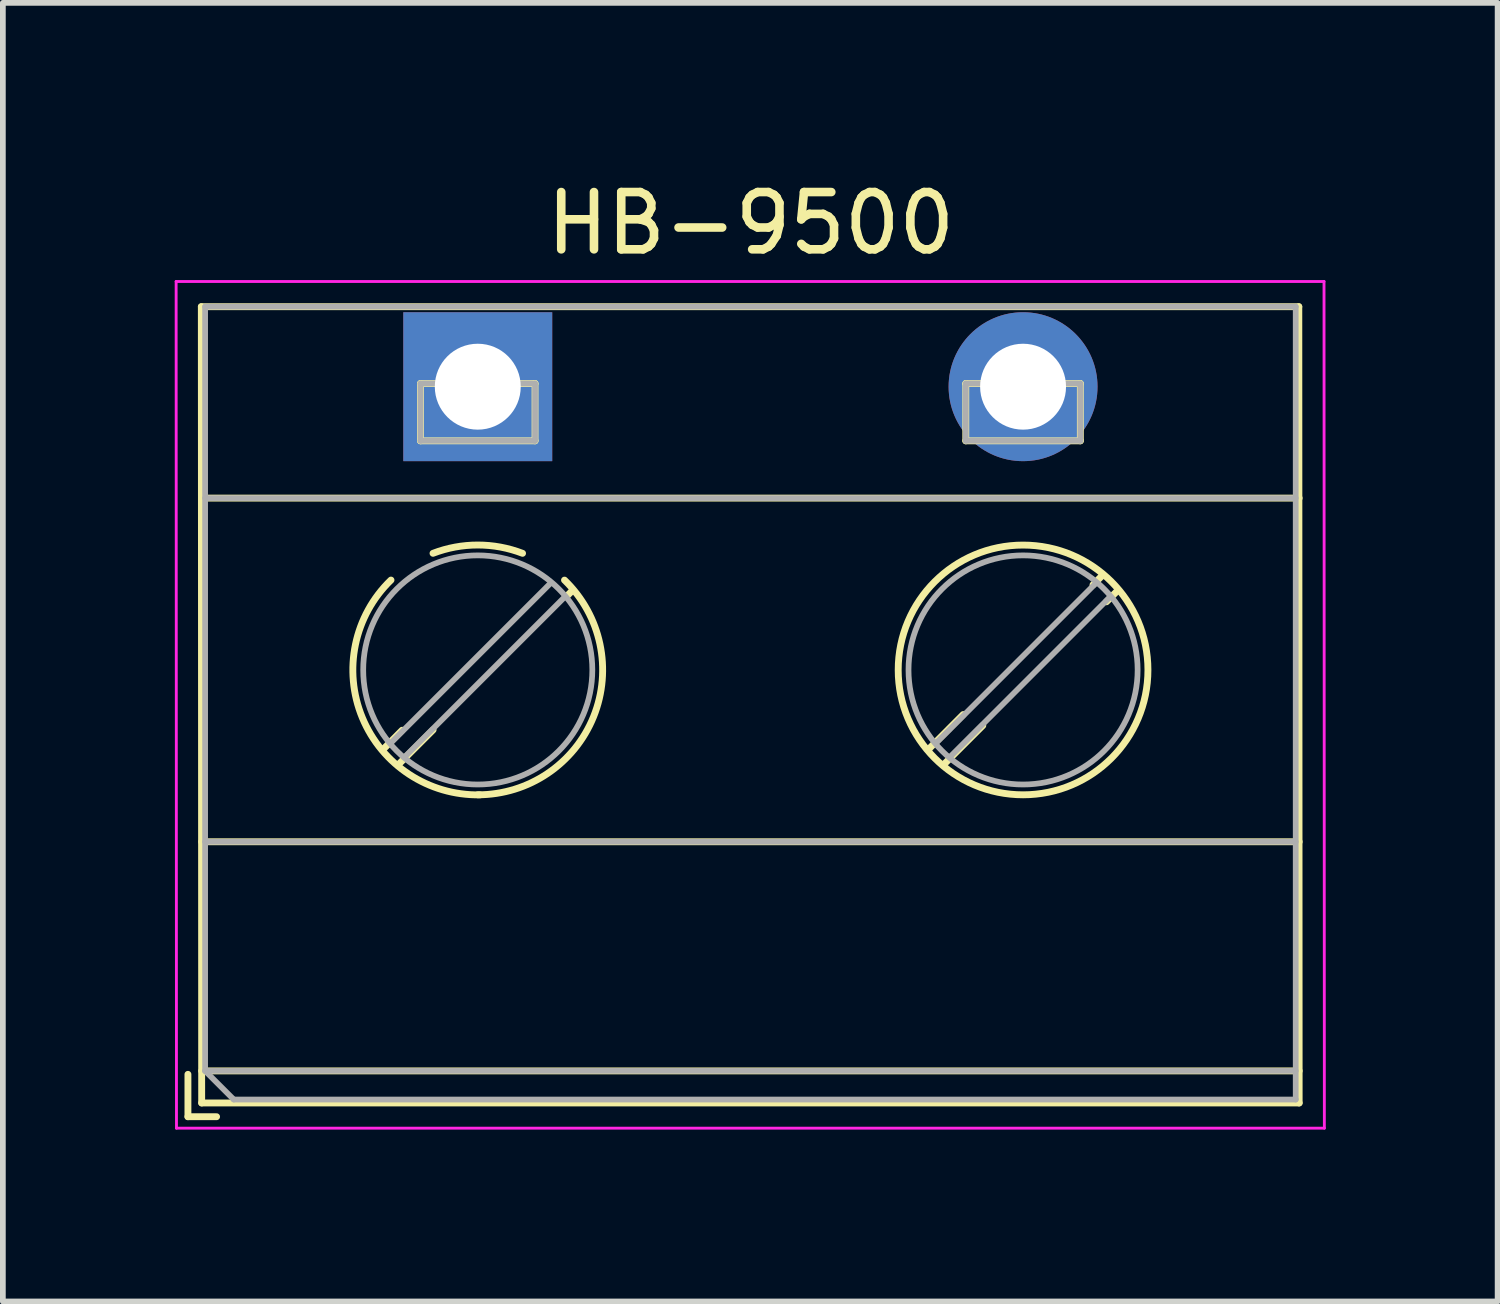
<source format=kicad_pcb>
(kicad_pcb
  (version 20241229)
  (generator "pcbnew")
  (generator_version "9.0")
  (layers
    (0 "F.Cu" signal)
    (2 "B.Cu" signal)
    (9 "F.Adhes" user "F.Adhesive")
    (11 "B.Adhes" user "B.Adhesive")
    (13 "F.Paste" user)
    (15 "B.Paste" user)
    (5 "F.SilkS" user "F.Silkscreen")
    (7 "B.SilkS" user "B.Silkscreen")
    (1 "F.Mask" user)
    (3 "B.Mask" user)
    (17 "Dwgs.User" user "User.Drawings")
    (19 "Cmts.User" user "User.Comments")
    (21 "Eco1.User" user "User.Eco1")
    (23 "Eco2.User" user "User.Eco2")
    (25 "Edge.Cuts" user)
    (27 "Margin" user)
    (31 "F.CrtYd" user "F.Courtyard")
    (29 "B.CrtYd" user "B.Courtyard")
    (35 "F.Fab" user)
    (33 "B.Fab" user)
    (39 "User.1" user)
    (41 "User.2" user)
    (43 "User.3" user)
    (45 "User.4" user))
  (footprint "HB-9500"
    (layer "F.Cu")
    (at 10.058 8.722)
    (property "Reference" "HB-9500" (at 0 -7.874 0) (unlocked yes) (layer "F.SilkS") (effects (font (size 1 1) (thickness 0.15))))
    (attr through_hole)
    (fp_line (start -9.827 6.984) (end -9.827 7.724) (stroke (width 0.12) (type solid)) (layer "F.SilkS"))
    (fp_line (start -9.827 7.724) (end -9.327 7.724) (stroke (width 0.12) (type solid)) (layer "F.SilkS"))
    (fp_line (start -9.593 -6.418) (end -9.587 7.484) (stroke (width 0.12) (type solid)) (layer "F.SilkS"))
    (fp_line (start -9.593 -6.418) (end 9.567 -6.418) (stroke (width 0.12) (type solid)) (layer "F.SilkS"))
    (fp_line (start -9.587 -3.076) (end 9.573 -3.076) (stroke (width 0.12) (type solid)) (layer "F.SilkS"))
    (fp_line (start -9.587 2.924) (end 9.573 2.924) (stroke (width 0.12) (type solid)) (layer "F.SilkS"))
    (fp_line (start -9.587 6.924) (end 9.573 6.924) (stroke (width 0.12) (type solid)) (layer "F.SilkS"))
    (fp_line (start -9.587 7.484) (end 9.573 7.484) (stroke (width 0.12) (type solid)) (layer "F.SilkS"))
    (fp_line (start -6.087 0.977) (end -6.421 1.312) (stroke (width 0.12) (type solid)) (layer "F.SilkS"))
    (fp_line (start -5.767 -5.076) (end -5.767 -4.076) (stroke (width 0.12) (type solid)) (layer "F.SilkS"))
    (fp_line (start -5.767 -5.076) (end -3.767 -5.076) (stroke (width 0.12) (type solid)) (layer "F.SilkS"))
    (fp_line (start -5.767 -4.076) (end -3.767 -4.076) (stroke (width 0.12) (type solid)) (layer "F.SilkS"))
    (fp_line (start -5.547 0.97) (end -6.155 1.578) (stroke (width 0.12) (type solid)) (layer "F.SilkS"))
    (fp_line (start -3.767 -5.076) (end -3.767 -4.076) (stroke (width 0.12) (type solid)) (layer "F.SilkS"))
    (fp_line (start -3.113 -1.464) (end -3.22 -1.357) (stroke (width 0.12) (type solid)) (layer "F.SilkS"))
    (fp_line (start 3.708 0.703) (end 3.1 1.312) (stroke (width 0.12) (type solid)) (layer "F.SilkS"))
    (fp_line (start 3.753 -5.076) (end 3.753 -4.076) (stroke (width 0.12) (type solid)) (layer "F.SilkS"))
    (fp_line (start 3.753 -5.076) (end 5.753 -5.076) (stroke (width 0.12) (type solid)) (layer "F.SilkS"))
    (fp_line (start 3.753 -4.076) (end 5.753 -4.076) (stroke (width 0.12) (type solid)) (layer "F.SilkS"))
    (fp_line (start 4.05 0.894) (end 3.366 1.578) (stroke (width 0.12) (type solid)) (layer "F.SilkS"))
    (fp_line (start 5.753 -5.076) (end 5.753 -4.076) (stroke (width 0.12) (type solid)) (layer "F.SilkS"))
    (fp_line (start 6.141 -1.73) (end 5.974 -1.562) (stroke (width 0.12) (type solid)) (layer "F.SilkS"))
    (fp_line (start 6.407 -1.464) (end 6.209 -1.266) (stroke (width 0.12) (type solid)) (layer "F.SilkS"))
    (fp_line (start 9.567 -6.418) (end 9.573 7.484) (stroke (width 0.12) (type solid)) (layer "F.SilkS"))
    (fp_arc (start -5.548211 -2.112303) (mid -4.766577 -2.257014) (end -3.985 -2.112) (stroke (width 0.12) (type solid)) (layer "F.SilkS"))
    (fp_arc (start -4.729055 2.104721) (mid -6.782074 0.758542) (end -6.282 -1.645) (stroke (width 0.12) (type solid)) (layer "F.SilkS"))
    (fp_arc (start -3.252645 -1.644161) (mid -2.745739 0.740642) (end -4.767 2.104) (stroke (width 0.12) (type solid)) (layer "F.SilkS"))
    (fp_circle (center 4.753 -0.076) (end 6.933 -0.076) (stroke (width 0.12) (type solid)) (fill no) (layer "F.SilkS"))
    (fp_line (start -10.033 -6.858) (end -10.027 7.924) (stroke (width 0.05) (type solid)) (layer "F.CrtYd"))
    (fp_line (start -10.027 7.924) (end 10.013 7.924) (stroke (width 0.05) (type solid)) (layer "F.CrtYd"))
    (fp_line (start 10.007 -6.858) (end -10.033 -6.858) (stroke (width 0.05) (type solid)) (layer "F.CrtYd"))
    (fp_line (start 10.013 7.924) (end 10.007 -6.858) (stroke (width 0.05) (type solid)) (layer "F.CrtYd"))
    (fp_line (start -9.527 -6.418) (end 9.513 -6.418) (stroke (width 0.1) (type solid)) (layer "F.Fab"))
    (fp_line (start -9.527 -3.076) (end 9.513 -3.076) (stroke (width 0.1) (type solid)) (layer "F.Fab"))
    (fp_line (start -9.527 2.924) (end 9.513 2.924) (stroke (width 0.1) (type solid)) (layer "F.Fab"))
    (fp_line (start -9.527 6.924) (end -9.527 -6.418) (stroke (width 0.1) (type solid)) (layer "F.Fab"))
    (fp_line (start -9.527 6.924) (end 9.513 6.924) (stroke (width 0.1) (type solid)) (layer "F.Fab"))
    (fp_line (start -9.027 7.424) (end -9.527 6.924) (stroke (width 0.1) (type solid)) (layer "F.Fab"))
    (fp_line (start -5.767 -5.076) (end -5.767 -4.076) (stroke (width 0.1) (type solid)) (layer "F.Fab"))
    (fp_line (start -5.767 -4.076) (end -3.767 -4.076) (stroke (width 0.1) (type solid)) (layer "F.Fab"))
    (fp_line (start -3.767 -5.076) (end -5.767 -5.076) (stroke (width 0.1) (type solid)) (layer "F.Fab"))
    (fp_line (start -3.767 -4.076) (end -3.767 -5.076) (stroke (width 0.1) (type solid)) (layer "F.Fab"))
    (fp_line (start -3.494 -1.593) (end -6.284 1.197) (stroke (width 0.1) (type solid)) (layer "F.Fab"))
    (fp_line (start -3.25 -1.349) (end -6.04 1.441) (stroke (width 0.1) (type solid)) (layer "F.Fab"))
    (fp_line (start 3.753 -5.076) (end 3.753 -4.076) (stroke (width 0.1) (type solid)) (layer "F.Fab"))
    (fp_line (start 3.753 -4.076) (end 5.753 -4.076) (stroke (width 0.1) (type solid)) (layer "F.Fab"))
    (fp_line (start 5.753 -5.076) (end 3.753 -5.076) (stroke (width 0.1) (type solid)) (layer "F.Fab"))
    (fp_line (start 5.753 -4.076) (end 5.753 -5.076) (stroke (width 0.1) (type solid)) (layer "F.Fab"))
    (fp_line (start 6.026 -1.593) (end 3.237 1.197) (stroke (width 0.1) (type solid)) (layer "F.Fab"))
    (fp_line (start 6.27 -1.349) (end 3.481 1.441) (stroke (width 0.1) (type solid)) (layer "F.Fab"))
    (fp_line (start 9.513 -6.418) (end 9.513 7.424) (stroke (width 0.1) (type solid)) (layer "F.Fab"))
    (fp_line (start 9.513 7.424) (end -9.027 7.424) (stroke (width 0.1) (type solid)) (layer "F.Fab"))
    (fp_circle (center -4.767 -0.076) (end -2.767 -0.076) (stroke (width 0.1) (type solid)) (fill no) (layer "F.Fab"))
    (fp_circle (center 4.753 -0.076) (end 6.753 -0.076) (stroke (width 0.1) (type solid)) (fill no) (layer "F.Fab"))
    (pad "1" thru_hole rect (at -4.767 -5.021) (size 2.6 2.6) (drill 1.5) (layers "*.Cu" "*.Mask"))
    (pad "2" thru_hole circle (at 4.753 -5.021) (size 2.6 2.6) (drill 1.5) (layers "*.Cu" "*.Mask")))
  (gr_rect
    (start -3 -3)
    (end 23.096 19.671)
    (stroke (width 0.1) (type default))
    (fill no)
    (layer "Edge.Cuts")))
</source>
